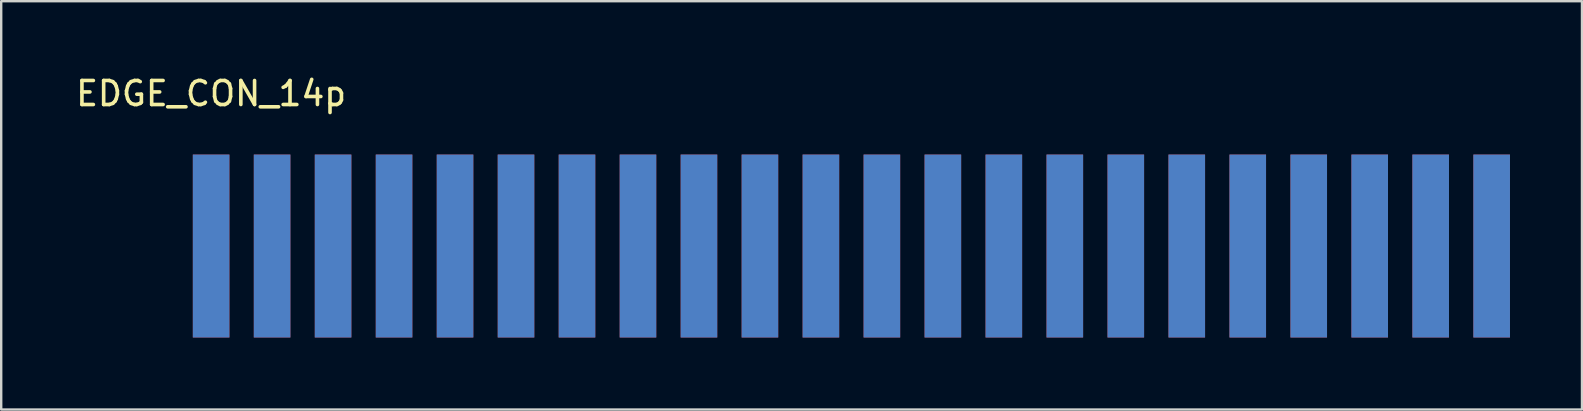
<source format=kicad_pcb>
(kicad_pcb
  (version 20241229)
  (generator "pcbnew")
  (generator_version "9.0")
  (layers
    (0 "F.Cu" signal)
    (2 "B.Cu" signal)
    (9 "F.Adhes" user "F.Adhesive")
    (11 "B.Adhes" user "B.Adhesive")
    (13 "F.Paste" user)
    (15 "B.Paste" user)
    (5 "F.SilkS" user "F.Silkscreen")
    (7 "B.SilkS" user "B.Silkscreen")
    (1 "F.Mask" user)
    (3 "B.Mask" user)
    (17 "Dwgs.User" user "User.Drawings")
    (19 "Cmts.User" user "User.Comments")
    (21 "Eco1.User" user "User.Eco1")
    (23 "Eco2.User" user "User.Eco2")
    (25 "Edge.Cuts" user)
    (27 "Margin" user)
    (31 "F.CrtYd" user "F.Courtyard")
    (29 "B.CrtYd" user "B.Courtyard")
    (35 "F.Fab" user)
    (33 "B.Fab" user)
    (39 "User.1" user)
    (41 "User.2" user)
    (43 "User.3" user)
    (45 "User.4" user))
  (footprint "EDGE_CON_14p"
    (layer "F.Cu")
    (at 32.414 7.198)
    (property "Reference" "EDGE_CON_14p" (at -26.67 -6.35 0) (layer "F.SilkS") (effects (font (size 1 1) (thickness 0.15))))
    (attr through_hole)
    (pad "1" connect rect (at -26.67 0) (size 1.524 7.62) (layers "*.Mask" "F.Cu"))
    (pad "2" connect rect (at -24.13 0) (size 1.524 7.62) (layers "*.Mask" "F.Cu"))
    (pad "3" connect rect (at -21.59 0) (size 1.524 7.62) (layers "*.Mask" "F.Cu"))
    (pad "4" connect rect (at -19.05 0) (size 1.524 7.62) (layers "*.Mask" "F.Cu"))
    (pad "5" connect rect (at -16.51 0) (size 1.524 7.62) (layers "*.Mask" "F.Cu"))
    (pad "6" connect rect (at -13.97 0) (size 1.524 7.62) (layers "*.Mask" "F.Cu"))
    (pad "7" connect rect (at -11.43 0) (size 1.524 7.62) (layers "*.Mask" "F.Cu"))
    (pad "8" connect rect (at -8.89 0) (size 1.524 7.62) (layers "*.Mask" "F.Cu"))
    (pad "9" connect rect (at -6.35 0) (size 1.524 7.62) (layers "*.Mask" "F.Cu"))
    (pad "10" connect rect (at -3.81 0) (size 1.524 7.62) (layers "*.Mask" "F.Cu"))
    (pad "11" connect rect (at -1.27 0) (size 1.524 7.62) (layers "*.Mask" "F.Cu"))
    (pad "12" connect rect (at 1.27 0) (size 1.524 7.62) (layers "*.Mask" "F.Cu"))
    (pad "13" connect rect (at 3.81 0) (size 1.524 7.62) (layers "*.Mask" "F.Cu"))
    (pad "14" connect rect (at 6.35 0) (size 1.524 7.62) (layers "*.Mask" "F.Cu"))
    (pad "15" connect rect (at 8.89 0) (size 1.524 7.62) (layers "*.Mask" "F.Cu"))
    (pad "16" connect rect (at 11.43 0) (size 1.524 7.62) (layers "*.Mask" "F.Cu"))
    (pad "17" connect rect (at 13.97 0) (size 1.524 7.62) (layers "*.Mask" "F.Cu"))
    (pad "18" connect rect (at 16.51 0) (size 1.524 7.62) (layers "*.Mask" "F.Cu"))
    (pad "19" connect rect (at 19.05 0) (size 1.524 7.62) (layers "*.Mask" "F.Cu"))
    (pad "20" connect rect (at 21.59 0) (size 1.524 7.62) (layers "*.Mask" "F.Cu"))
    (pad "21" connect rect (at 24.13 0) (size 1.524 7.62) (layers "*.Mask" "F.Cu"))
    (pad "22" connect rect (at 26.67 0) (size 1.524 7.62) (layers "*.Mask" "F.Cu"))
    (pad "23" connect rect (at -26.67 0) (size 1.524 7.62) (layers "*.Mask" "B.Cu"))
    (pad "24" connect rect (at -24.13 0) (size 1.524 7.62) (layers "*.Mask" "B.Cu"))
    (pad "25" connect rect (at -21.59 0) (size 1.524 7.62) (layers "*.Mask" "B.Cu"))
    (pad "26" connect rect (at -19.05 0) (size 1.524 7.62) (layers "*.Mask" "B.Cu"))
    (pad "27" connect rect (at -16.51 0) (size 1.524 7.62) (layers "*.Mask" "B.Cu"))
    (pad "28" connect rect (at -13.97 0) (size 1.524 7.62) (layers "*.Mask" "B.Cu"))
    (pad "29" connect rect (at -11.43 0) (size 1.524 7.62) (layers "*.Mask" "B.Cu"))
    (pad "30" connect rect (at -8.89 0) (size 1.524 7.62) (layers "*.Mask" "B.Cu"))
    (pad "31" connect rect (at -6.35 0) (size 1.524 7.62) (layers "*.Mask" "B.Cu"))
    (pad "32" connect rect (at -3.81 0) (size 1.524 7.62) (layers "*.Mask" "B.Cu"))
    (pad "33" connect rect (at -1.27 0) (size 1.524 7.62) (layers "*.Mask" "B.Cu"))
    (pad "34" connect rect (at 1.27 0) (size 1.524 7.62) (layers "*.Mask" "B.Cu"))
    (pad "35" connect rect (at 3.81 0) (size 1.524 7.62) (layers "*.Mask" "B.Cu"))
    (pad "36" connect rect (at 6.35 0) (size 1.524 7.62) (layers "*.Mask" "B.Cu"))
    (pad "37" connect rect (at 8.89 0) (size 1.524 7.62) (layers "*.Mask" "B.Cu"))
    (pad "38" connect rect (at 11.43 0) (size 1.524 7.62) (layers "*.Mask" "B.Cu"))
    (pad "39" connect rect (at 13.97 0) (size 1.524 7.62) (layers "*.Mask" "B.Cu"))
    (pad "40" connect rect (at 16.51 0) (size 1.524 7.62) (layers "*.Mask" "B.Cu"))
    (pad "41" connect rect (at 19.05 0) (size 1.524 7.62) (layers "*.Mask" "B.Cu"))
    (pad "42" connect rect (at 21.59 0) (size 1.524 7.62) (layers "*.Mask" "B.Cu"))
    (pad "43" connect rect (at 24.13 0) (size 1.524 7.62) (layers "*.Mask" "B.Cu"))
    (pad "44" connect rect (at 26.67 0) (size 1.524 7.62) (layers "*.Mask" "B.Cu")))
  (gr_rect
    (start -3 -3)
    (end 62.846 14.008)
    (stroke (width 0.1) (type default))
    (fill no)
    (layer "Edge.Cuts")))
</source>
